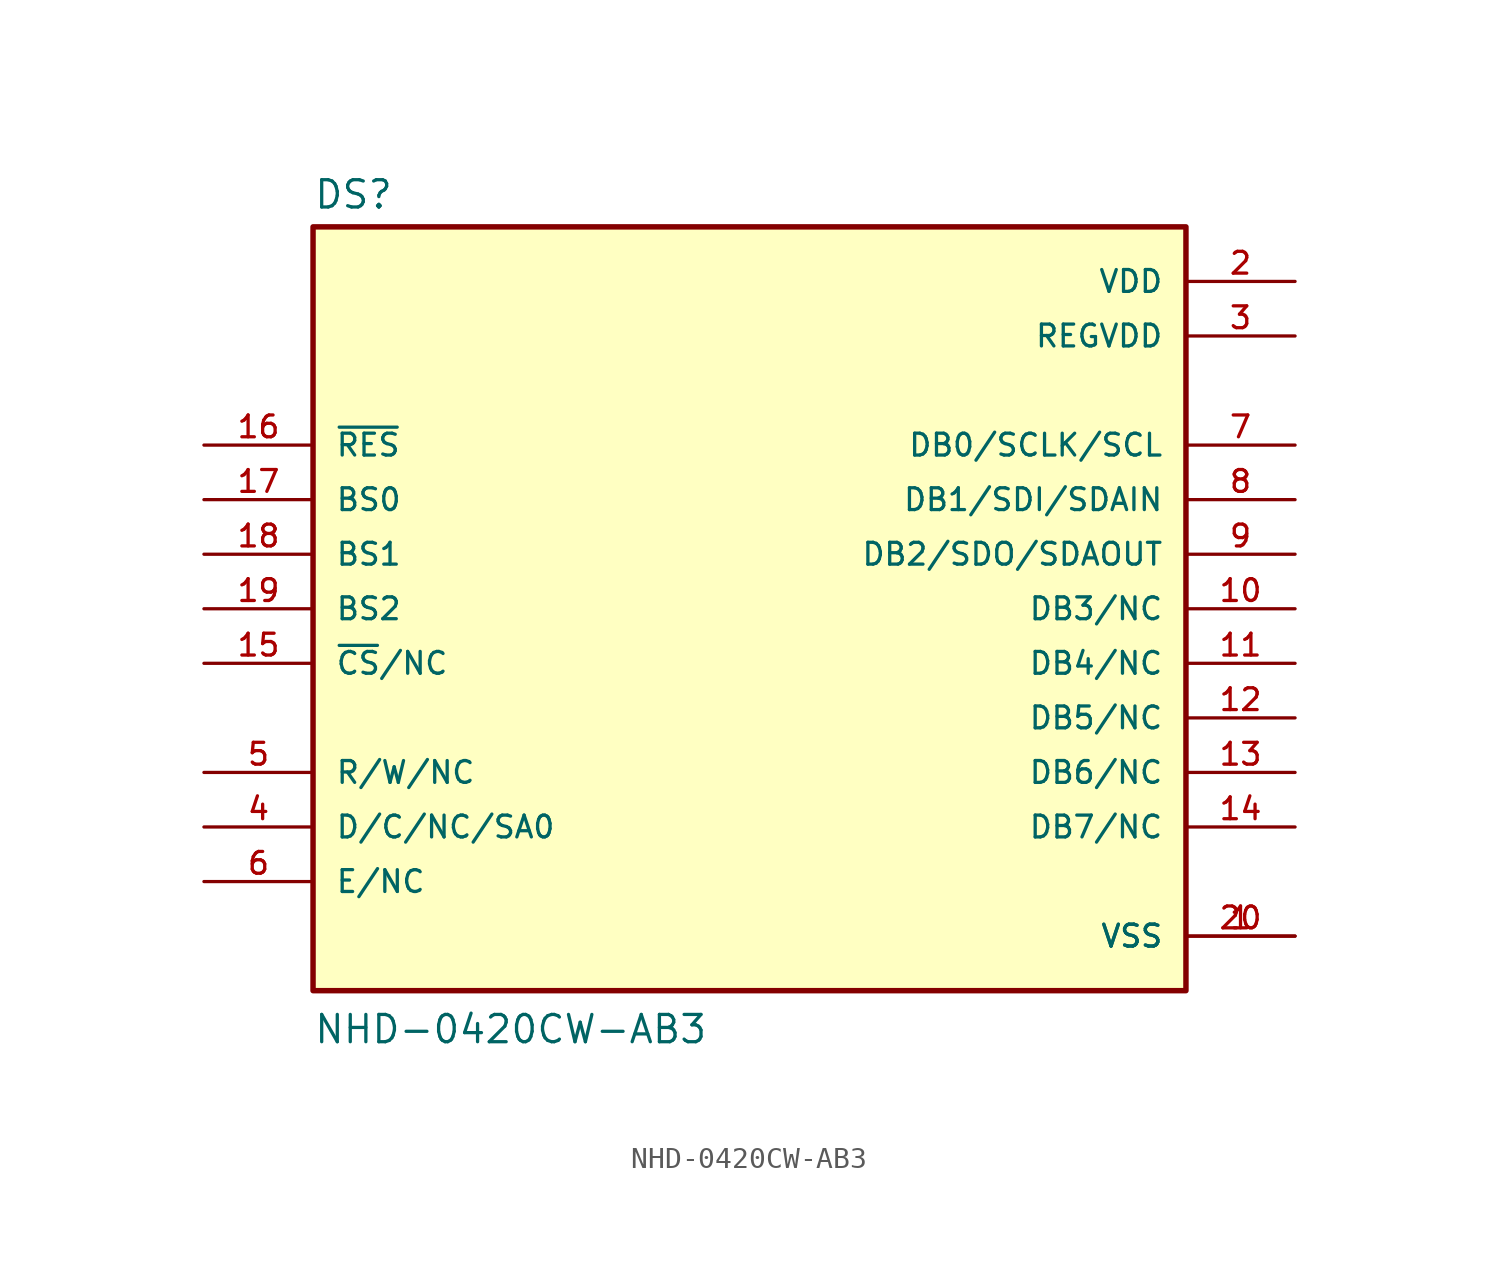
<source format=kicad_sym>
(kicad_symbol_lib
  (version 20211014)
  (generator kicad_symbol_editor)
  (symbol "NHD-0420CW-AB3"
    (pin_names
      (offset 1.016))
    (property "Reference" "DS"
      (at -20.32 18.542 0)
      (effects (font (size 1.27 1.27)) (justify bottom left)))
    (property "Value" "NHD-0420CW-AB3"
      (at -20.32 -20.32 0)
      (effects (font (size 1.27 1.27)) (justify bottom left)))
    (symbol "NHD-0420CW-AB3_0_0"
      (rectangle (start -20.32 -17.78) (end 20.32 17.78) (stroke (width 0.254)) (fill (type background)))
      (pin power_in line (at 25.4 15.24 180.0) (length 5.08) (name "VDD" (effects (font (size 1.016 1.016)))) (number "2" (effects (font (size 1.016 1.016)))))
      (pin power_in line (at 25.4 -15.24 180.0) (length 5.08) (name "VSS" (effects (font (size 1.016 1.016)))) (number "1" (effects (font (size 1.016 1.016)))))
      (pin power_in line (at 25.4 -15.24 180.0) (length 5.08) (name "VSS" (effects (font (size 1.016 1.016)))) (number "20" (effects (font (size 1.016 1.016)))))
      (pin input line (at -25.4 5.08 0) (length 5.08) (name "BS0" (effects (font (size 1.016 1.016)))) (number "17" (effects (font (size 1.016 1.016)))))
      (pin power_in line (at 25.4 12.7 180.0) (length 5.08) (name "REGVDD" (effects (font (size 1.016 1.016)))) (number "3" (effects (font (size 1.016 1.016)))))
      (pin input line (at -25.4 7.62 0) (length 5.08) (name "~{RES}" (effects (font (size 1.016 1.016)))) (number "16" (effects (font (size 1.016 1.016)))))
      (pin bidirectional line (at -25.4 -10.16 0) (length 5.08) (name "D/C/NC/SA0" (effects (font (size 1.016 1.016)))) (number "4" (effects (font (size 1.016 1.016)))))
      (pin bidirectional line (at -25.4 -12.7 0) (length 5.08) (name "E/NC" (effects (font (size 1.016 1.016)))) (number "6" (effects (font (size 1.016 1.016)))))
      (pin bidirectional line (at 25.4 7.62 180.0) (length 5.08) (name "DB0/SCLK/SCL" (effects (font (size 1.016 1.016)))) (number "7" (effects (font (size 1.016 1.016)))))
      (pin passive line (at -25.4 -2.54 0) (length 5.08) (name "~{CS}/NC" (effects (font (size 1.016 1.016)))) (number "15" (effects (font (size 1.016 1.016)))))
      (pin bidirectional line (at -25.4 -7.62 0) (length 5.08) (name "R/W/NC" (effects (font (size 1.016 1.016)))) (number "5" (effects (font (size 1.016 1.016)))))
      (pin bidirectional line (at 25.4 5.08 180.0) (length 5.08) (name "DB1/SDI/SDAIN" (effects (font (size 1.016 1.016)))) (number "8" (effects (font (size 1.016 1.016)))))
      (pin bidirectional line (at 25.4 2.54 180.0) (length 5.08) (name "DB2/SDO/SDAOUT" (effects (font (size 1.016 1.016)))) (number "9" (effects (font (size 1.016 1.016)))))
      (pin bidirectional line (at 25.4 0.0 180.0) (length 5.08) (name "DB3/NC" (effects (font (size 1.016 1.016)))) (number "10" (effects (font (size 1.016 1.016)))))
      (pin bidirectional line (at 25.4 -2.54 180.0) (length 5.08) (name "DB4/NC" (effects (font (size 1.016 1.016)))) (number "11" (effects (font (size 1.016 1.016)))))
      (pin bidirectional line (at 25.4 -5.08 180.0) (length 5.08) (name "DB5/NC" (effects (font (size 1.016 1.016)))) (number "12" (effects (font (size 1.016 1.016)))))
      (pin bidirectional line (at 25.4 -7.62 180.0) (length 5.08) (name "DB6/NC" (effects (font (size 1.016 1.016)))) (number "13" (effects (font (size 1.016 1.016)))))
      (pin bidirectional line (at 25.4 -10.16 180.0) (length 5.08) (name "DB7/NC" (effects (font (size 1.016 1.016)))) (number "14" (effects (font (size 1.016 1.016)))))
      (pin input line (at -25.4 2.54 0) (length 5.08) (name "BS1" (effects (font (size 1.016 1.016)))) (number "18" (effects (font (size 1.016 1.016)))))
      (pin input line (at -25.4 0.0 0) (length 5.08) (name "BS2" (effects (font (size 1.016 1.016)))) (number "19" (effects (font (size 1.016 1.016))))))))
</source>
